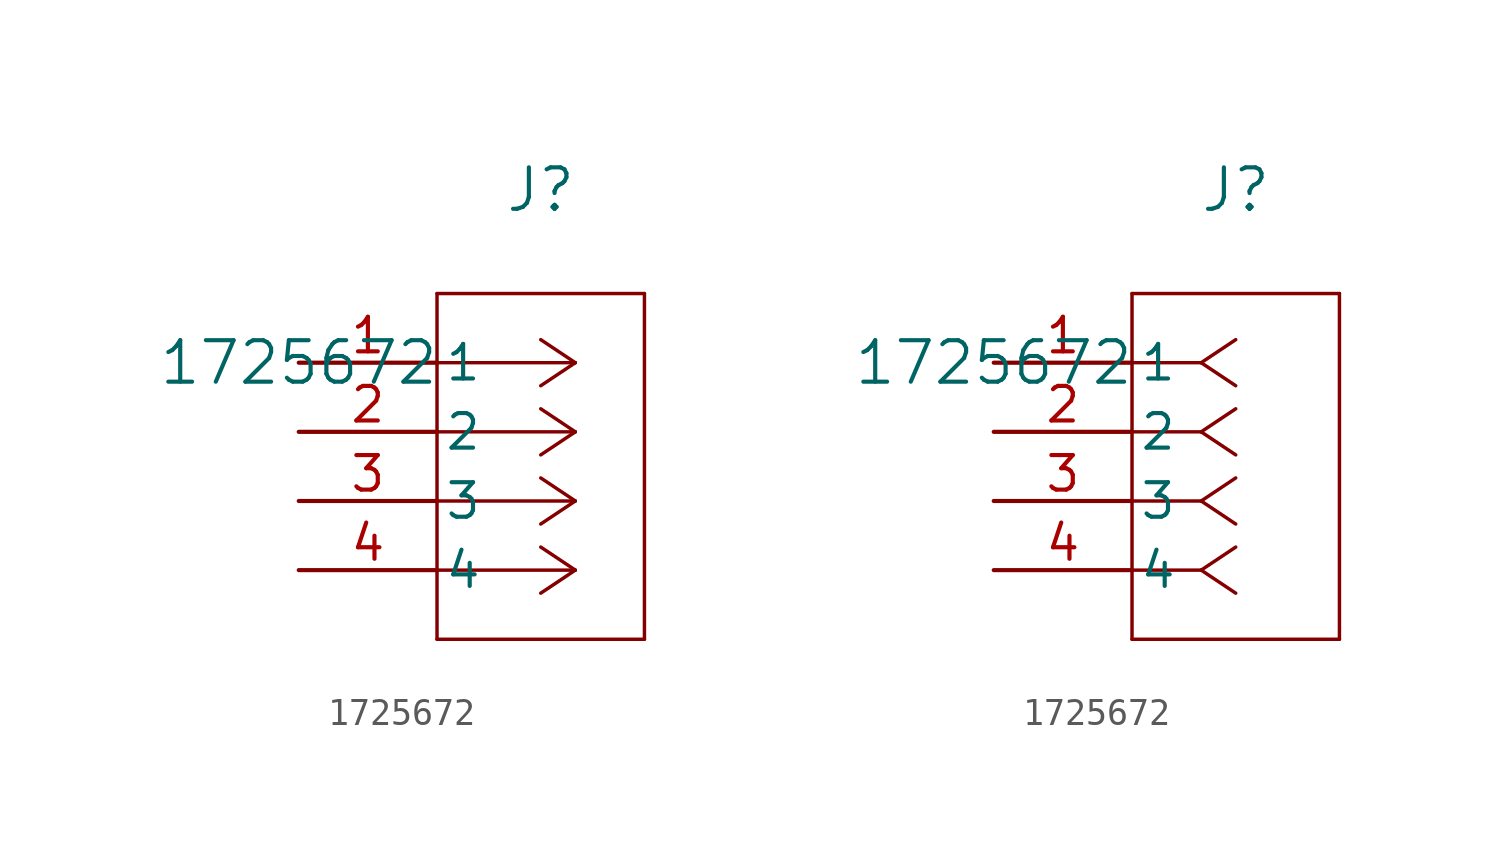
<source format=kicad_sym>
(kicad_symbol_lib
  (version 20211014)
  (generator kicad_symbol_editor)
  (symbol "1725672"
    (pin_names
      (offset 0.254))
    (property "Reference" "J"
      (at 8.89 6.35 0)
      (effects (font (size 1.524 1.524))))
    (property "Value" "1725672"
      (at 0 0 0)
      (effects (font (size 1.524 1.524))))
    (symbol "1725672_1_1"
      (polyline (pts (xy 10.16 0) (xy 5.08 0)) (stroke (width 0.127) (type default) (color 0 0 0 0)) (fill (type none)))
      (polyline (pts (xy 10.16 -2.54) (xy 5.08 -2.54)) (stroke (width 0.127) (type default) (color 0 0 0 0)) (fill (type none)))
      (polyline (pts (xy 10.16 -5.08) (xy 5.08 -5.08)) (stroke (width 0.127) (type default) (color 0 0 0 0)) (fill (type none)))
      (polyline (pts (xy 10.16 -7.62) (xy 5.08 -7.62)) (stroke (width 0.127) (type default) (color 0 0 0 0)) (fill (type none)))
      (polyline (pts (xy 10.16 0) (xy 8.89 0.847)) (stroke (width 0.127) (type default) (color 0 0 0 0)) (fill (type none)))
      (polyline (pts (xy 10.16 -2.54) (xy 8.89 -1.693)) (stroke (width 0.127) (type default) (color 0 0 0 0)) (fill (type none)))
      (polyline (pts (xy 10.16 -5.08) (xy 8.89 -4.233)) (stroke (width 0.127) (type default) (color 0 0 0 0)) (fill (type none)))
      (polyline (pts (xy 10.16 -7.62) (xy 8.89 -6.773)) (stroke (width 0.127) (type default) (color 0 0 0 0)) (fill (type none)))
      (polyline (pts (xy 10.16 0) (xy 8.89 -0.847)) (stroke (width 0.127) (type default) (color 0 0 0 0)) (fill (type none)))
      (polyline (pts (xy 10.16 -2.54) (xy 8.89 -3.387)) (stroke (width 0.127) (type default) (color 0 0 0 0)) (fill (type none)))
      (polyline (pts (xy 10.16 -5.08) (xy 8.89 -5.927)) (stroke (width 0.127) (type default) (color 0 0 0 0)) (fill (type none)))
      (polyline (pts (xy 10.16 -7.62) (xy 8.89 -8.467)) (stroke (width 0.127) (type default) (color 0 0 0 0)) (fill (type none)))
      (polyline (pts (xy 5.08 2.54) (xy 5.08 -10.16)) (stroke (width 0.127) (type default) (color 0 0 0 0)) (fill (type none)))
      (polyline (pts (xy 5.08 -10.16) (xy 12.7 -10.16)) (stroke (width 0.127) (type default) (color 0 0 0 0)) (fill (type none)))
      (polyline (pts (xy 12.7 -10.16) (xy 12.7 2.54)) (stroke (width 0.127) (type default) (color 0 0 0 0)) (fill (type none)))
      (polyline (pts (xy 12.7 2.54) (xy 5.08 2.54)) (stroke (width 0.127) (type default) (color 0 0 0 0)) (fill (type none)))
      (pin unspecified line (at 0 0 0) (length 5.08) (name "1" (effects (font (size 1.27 1.27)))) (number "1" (effects (font (size 1.27 1.27)))))
      (pin unspecified line (at 0 -2.54 0) (length 5.08) (name "2" (effects (font (size 1.27 1.27)))) (number "2" (effects (font (size 1.27 1.27)))))
      (pin unspecified line (at 0 -5.08 0) (length 5.08) (name "3" (effects (font (size 1.27 1.27)))) (number "3" (effects (font (size 1.27 1.27)))))
      (pin unspecified line (at 0 -7.62 0) (length 5.08) (name "4" (effects (font (size 1.27 1.27)))) (number "4" (effects (font (size 1.27 1.27))))))
    (symbol "1725672_1_2"
      (polyline (pts (xy 7.62 0) (xy 5.08 0)) (stroke (width 0.127) (type default) (color 0 0 0 0)) (fill (type none)))
      (polyline (pts (xy 7.62 -2.54) (xy 5.08 -2.54)) (stroke (width 0.127) (type default) (color 0 0 0 0)) (fill (type none)))
      (polyline (pts (xy 7.62 -5.08) (xy 5.08 -5.08)) (stroke (width 0.127) (type default) (color 0 0 0 0)) (fill (type none)))
      (polyline (pts (xy 7.62 -7.62) (xy 5.08 -7.62)) (stroke (width 0.127) (type default) (color 0 0 0 0)) (fill (type none)))
      (polyline (pts (xy 7.62 0) (xy 8.89 0.847)) (stroke (width 0.127) (type default) (color 0 0 0 0)) (fill (type none)))
      (polyline (pts (xy 7.62 -2.54) (xy 8.89 -1.693)) (stroke (width 0.127) (type default) (color 0 0 0 0)) (fill (type none)))
      (polyline (pts (xy 7.62 -5.08) (xy 8.89 -4.233)) (stroke (width 0.127) (type default) (color 0 0 0 0)) (fill (type none)))
      (polyline (pts (xy 7.62 -7.62) (xy 8.89 -6.773)) (stroke (width 0.127) (type default) (color 0 0 0 0)) (fill (type none)))
      (polyline (pts (xy 7.62 0) (xy 8.89 -0.847)) (stroke (width 0.127) (type default) (color 0 0 0 0)) (fill (type none)))
      (polyline (pts (xy 7.62 -2.54) (xy 8.89 -3.387)) (stroke (width 0.127) (type default) (color 0 0 0 0)) (fill (type none)))
      (polyline (pts (xy 7.62 -5.08) (xy 8.89 -5.927)) (stroke (width 0.127) (type default) (color 0 0 0 0)) (fill (type none)))
      (polyline (pts (xy 7.62 -7.62) (xy 8.89 -8.467)) (stroke (width 0.127) (type default) (color 0 0 0 0)) (fill (type none)))
      (polyline (pts (xy 5.08 2.54) (xy 5.08 -10.16)) (stroke (width 0.127) (type default) (color 0 0 0 0)) (fill (type none)))
      (polyline (pts (xy 5.08 -10.16) (xy 12.7 -10.16)) (stroke (width 0.127) (type default) (color 0 0 0 0)) (fill (type none)))
      (polyline (pts (xy 12.7 -10.16) (xy 12.7 2.54)) (stroke (width 0.127) (type default) (color 0 0 0 0)) (fill (type none)))
      (polyline (pts (xy 12.7 2.54) (xy 5.08 2.54)) (stroke (width 0.127) (type default) (color 0 0 0 0)) (fill (type none)))
      (pin unspecified line (at 0 0 0) (length 5.08) (name "1" (effects (font (size 1.27 1.27)))) (number "1" (effects (font (size 1.27 1.27)))))
      (pin unspecified line (at 0 -2.54 0) (length 5.08) (name "2" (effects (font (size 1.27 1.27)))) (number "2" (effects (font (size 1.27 1.27)))))
      (pin unspecified line (at 0 -5.08 0) (length 5.08) (name "3" (effects (font (size 1.27 1.27)))) (number "3" (effects (font (size 1.27 1.27)))))
      (pin unspecified line (at 0 -7.62 0) (length 5.08) (name "4" (effects (font (size 1.27 1.27)))) (number "4" (effects (font (size 1.27 1.27))))))))
</source>
